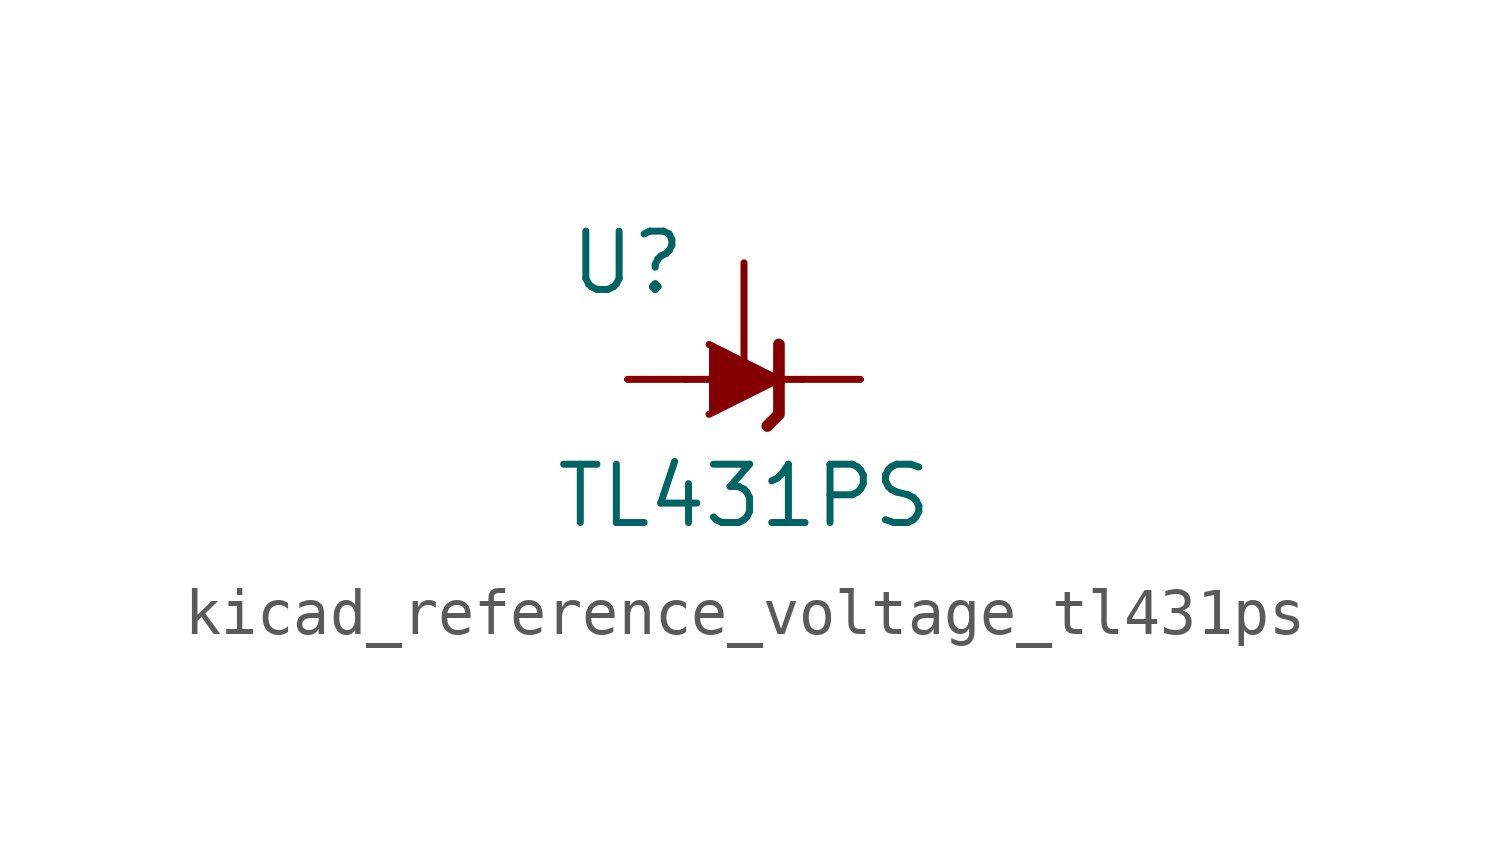
<source format=kicad_sym>
(kicad_symbol_lib
  (version 20220914)
  (generator kicad_symbol_editor)
  (symbol "kicad_reference_voltage_tl431ps"
    (pin_numbers hide)
    (pin_names hide)
    (property "Reference" "U"
      (at -2.54 2.54 0)
      (effects (font (size 1.27 1.27))))
    (property "Value" "TL431PS"
      (at 0 -2.54 0)
      (effects (font (size 1.27 1.27))))
    (symbol "kicad_reference_voltage_tl431ps_0_1"
      (polyline (pts (xy -1.27 0) (xy 0 0) (xy 1.27 0)) (stroke (width 0) (type default)) (fill (type none)))
      (polyline (pts (xy -0.762 0.762) (xy 0.762 0) (xy -0.762 -0.762)) (stroke (width 0) (type default)) (fill (type outline)))
      (polyline (pts (xy 0.508 -1.016) (xy 0.762 -0.762) (xy 0.762 0.762) (xy 0.762 0.762)) (stroke (width 0.254) (type default)) (fill (type none))))
    (symbol "kicad_reference_voltage_tl431ps_1_1"
      (pin passive line (at 2.54 0 180) (length 1.27) (name "K" (effects (font (size 1.27 1.27)))) (number "1" (effects (font (size 1.27 1.27)))))
      (pin passive line (at -2.54 0 0) (length 1.27) (name "A" (effects (font (size 1.27 1.27)))) (number "6" (effects (font (size 1.27 1.27)))))
      (pin passive line (at 0 2.54 270) (length 2.54) (name "REF" (effects (font (size 1.27 1.27)))) (number "8" (effects (font (size 1.27 1.27))))))))
</source>
